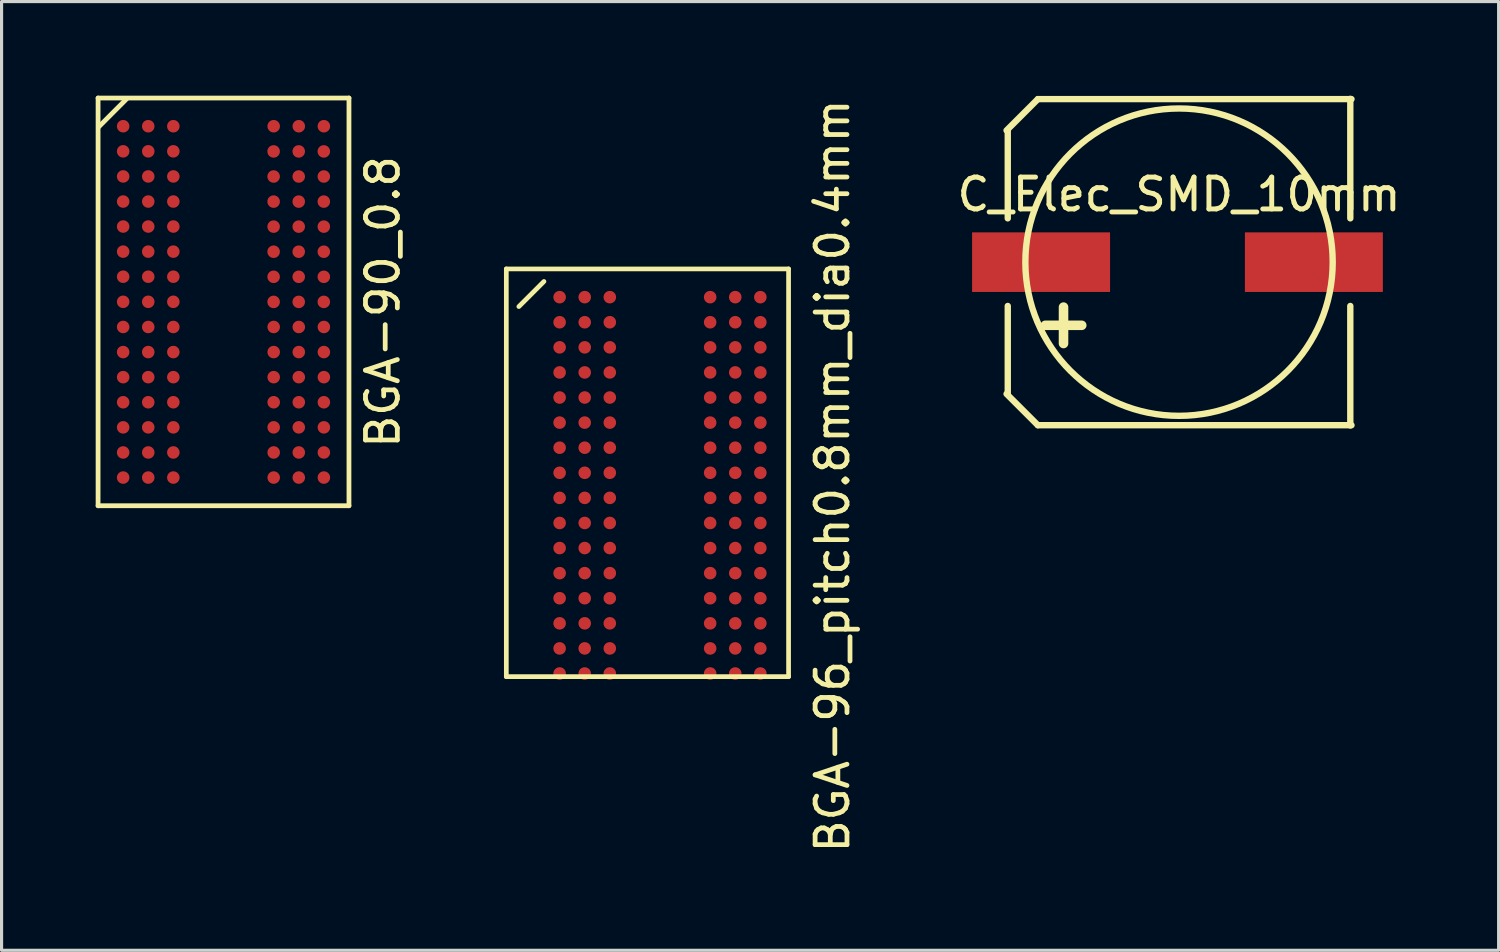
<source format=kicad_pcb>
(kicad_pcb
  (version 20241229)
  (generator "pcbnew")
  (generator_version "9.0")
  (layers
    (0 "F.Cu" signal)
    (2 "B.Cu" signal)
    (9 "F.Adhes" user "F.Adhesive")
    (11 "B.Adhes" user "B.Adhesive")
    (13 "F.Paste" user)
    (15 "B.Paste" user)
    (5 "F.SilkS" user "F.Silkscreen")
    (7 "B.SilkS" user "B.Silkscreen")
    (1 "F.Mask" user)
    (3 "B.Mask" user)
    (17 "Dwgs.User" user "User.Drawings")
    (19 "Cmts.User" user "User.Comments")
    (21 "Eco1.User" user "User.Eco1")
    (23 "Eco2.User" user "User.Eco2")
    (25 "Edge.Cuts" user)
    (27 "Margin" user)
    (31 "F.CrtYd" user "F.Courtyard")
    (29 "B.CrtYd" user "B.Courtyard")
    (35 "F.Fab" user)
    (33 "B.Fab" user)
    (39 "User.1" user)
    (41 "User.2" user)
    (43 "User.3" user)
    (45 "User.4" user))
  (footprint "C_Elec_SMD_10mm"
    (layer "F.Cu")
    (at 34.544 5.309)
    (property "Reference" "C_Elec_SMD_10mm" (at 0 -2.159 0) (layer "F.SilkS") (effects (font (size 1.016 1.001) (thickness 0.157))))
    (attr smd)
    (fp_line (start -5.499 4.201) (end -4.501 5.199) (stroke (width 0.203) (type solid)) (layer "F.SilkS"))
    (fp_line (start -5.461 -4.191) (end -5.461 -1.397) (stroke (width 0.203) (type solid)) (layer "F.SilkS"))
    (fp_line (start -5.461 4.191) (end -5.461 1.397) (stroke (width 0.203) (type solid)) (layer "F.SilkS"))
    (fp_line (start -4.501 -5.199) (end -5.499 -4.201) (stroke (width 0.203) (type solid)) (layer "F.SilkS"))
    (fp_line (start -4.501 5.199) (end 5.499 5.199) (stroke (width 0.203) (type solid)) (layer "F.SilkS"))
    (fp_line (start 5.461 -5.207) (end 5.461 -1.397) (stroke (width 0.203) (type solid)) (layer "F.SilkS"))
    (fp_line (start 5.461 5.207) (end 5.461 1.397) (stroke (width 0.203) (type solid)) (layer "F.SilkS"))
    (fp_line (start 5.499 -5.199) (end -4.501 -5.199) (stroke (width 0.203) (type solid)) (layer "F.SilkS"))
    (fp_circle (center 0 0) (end 4.9 0) (stroke (width 0.203) (type solid)) (fill no) (layer "F.SilkS"))
    (fp_text user "+" (at -3.683 1.905 0) (layer "F.SilkS") (effects (font (size 1.524 1.524) (thickness 0.305))))
    (pad "1" smd rect (at -4.399 0) (size 4.399 1.9) (layers "F.Cu" "F.Mask" "F.Paste"))
    (pad "2" smd rect (at 4.3 0) (size 4.399 1.9) (layers "F.Cu" "F.Mask" "F.Paste")))
  (footprint "BGA-96_pitch0.8mm_dia0.4mm"
    (layer "F.Cu")
    (at 17.594 12.025)
    (property "Reference" "BGA-96_pitch0.8mm_dia0.4mm" (at 5.9 0.1 90) (layer "F.SilkS") (effects (font (size 1.016 1.016) (thickness 0.152))))
    (attr smd)
    (fp_line (start -4.5 -6.5) (end 4.5 -6.5) (stroke (width 0.15) (type solid)) (layer "F.SilkS"))
    (fp_line (start -4.5 6.5) (end -4.5 -6.5) (stroke (width 0.15) (type solid)) (layer "F.SilkS"))
    (fp_line (start -4.1 -5.3) (end -3.3 -6.1) (stroke (width 0.15) (type solid)) (layer "F.SilkS"))
    (fp_line (start 4.5 -6.5) (end 4.5 6.5) (stroke (width 0.15) (type solid)) (layer "F.SilkS"))
    (fp_line (start 4.5 6.5) (end -4.5 6.5) (stroke (width 0.15) (type solid)) (layer "F.SilkS"))
    (pad "A1" smd circle (at -2.8 -5.6) (size 0.4 0.4) (layers "F.Cu" "F.Mask" "F.Paste"))
    (pad "A2" smd circle (at -2 -5.6) (size 0.4 0.4) (layers "F.Cu" "F.Mask" "F.Paste"))
    (pad "A3" smd circle (at -1.2 -5.6) (size 0.4 0.4) (layers "F.Cu" "F.Mask" "F.Paste"))
    (pad "A7" smd circle (at 2 -5.6) (size 0.4 0.4) (layers "F.Cu" "F.Mask" "F.Paste"))
    (pad "A8" smd circle (at 2.8 -5.6) (size 0.4 0.4) (layers "F.Cu" "F.Mask" "F.Paste"))
    (pad "A9" smd circle (at 3.6 -5.6) (size 0.4 0.4) (layers "F.Cu" "F.Mask" "F.Paste"))
    (pad "B1" smd circle (at -2.8 -4.8) (size 0.4 0.4) (layers "F.Cu" "F.Mask" "F.Paste"))
    (pad "B2" smd circle (at -2 -4.8) (size 0.4 0.4) (layers "F.Cu" "F.Mask" "F.Paste"))
    (pad "B3" smd circle (at -1.2 -4.8) (size 0.4 0.4) (layers "F.Cu" "F.Mask" "F.Paste"))
    (pad "B7" smd circle (at 2 -4.8) (size 0.4 0.4) (layers "F.Cu" "F.Mask" "F.Paste"))
    (pad "B8" smd circle (at 2.8 -4.8) (size 0.4 0.4) (layers "F.Cu" "F.Mask" "F.Paste"))
    (pad "B9" smd circle (at 3.6 -4.8) (size 0.4 0.4) (layers "F.Cu" "F.Mask" "F.Paste"))
    (pad "C1" smd circle (at -2.8 -4) (size 0.4 0.4) (layers "F.Cu" "F.Mask" "F.Paste"))
    (pad "C2" smd circle (at -2 -4) (size 0.4 0.4) (layers "F.Cu" "F.Mask" "F.Paste"))
    (pad "C3" smd circle (at -1.2 -4) (size 0.4 0.4) (layers "F.Cu" "F.Mask" "F.Paste"))
    (pad "C7" smd circle (at 2 -4) (size 0.4 0.4) (layers "F.Cu" "F.Mask" "F.Paste"))
    (pad "C8" smd circle (at 2.8 -4) (size 0.4 0.4) (layers "F.Cu" "F.Mask" "F.Paste"))
    (pad "C9" smd circle (at 3.6 -4) (size 0.4 0.4) (layers "F.Cu" "F.Mask" "F.Paste"))
    (pad "D1" smd circle (at -2.8 -3.2) (size 0.4 0.4) (layers "F.Cu" "F.Mask" "F.Paste"))
    (pad "D2" smd circle (at -2 -3.2) (size 0.4 0.4) (layers "F.Cu" "F.Mask" "F.Paste"))
    (pad "D3" smd circle (at -1.2 -3.2) (size 0.4 0.4) (layers "F.Cu" "F.Mask" "F.Paste"))
    (pad "D7" smd circle (at 2 -3.2) (size 0.4 0.4) (layers "F.Cu" "F.Mask" "F.Paste"))
    (pad "D8" smd circle (at 2.8 -3.2) (size 0.4 0.4) (layers "F.Cu" "F.Mask" "F.Paste"))
    (pad "D9" smd circle (at 3.6 -3.2) (size 0.4 0.4) (layers "F.Cu" "F.Mask" "F.Paste"))
    (pad "E1" smd circle (at -2.8 -2.4) (size 0.4 0.4) (layers "F.Cu" "F.Mask" "F.Paste"))
    (pad "E2" smd circle (at -2 -2.4) (size 0.4 0.4) (layers "F.Cu" "F.Mask" "F.Paste"))
    (pad "E3" smd circle (at -1.2 -2.4) (size 0.4 0.4) (layers "F.Cu" "F.Mask" "F.Paste"))
    (pad "E7" smd circle (at 2 -2.4) (size 0.4 0.4) (layers "F.Cu" "F.Mask" "F.Paste"))
    (pad "E8" smd circle (at 2.8 -2.4) (size 0.4 0.4) (layers "F.Cu" "F.Mask" "F.Paste"))
    (pad "E9" smd circle (at 3.6 -2.4) (size 0.4 0.4) (layers "F.Cu" "F.Mask" "F.Paste"))
    (pad "F1" smd circle (at -2.8 -1.6) (size 0.4 0.4) (layers "F.Cu" "F.Mask" "F.Paste"))
    (pad "F2" smd circle (at -2 -1.6) (size 0.4 0.4) (layers "F.Cu" "F.Mask" "F.Paste"))
    (pad "F3" smd circle (at -1.2 -1.6) (size 0.4 0.4) (layers "F.Cu" "F.Mask" "F.Paste"))
    (pad "F7" smd circle (at 2 -1.6) (size 0.4 0.4) (layers "F.Cu" "F.Mask" "F.Paste"))
    (pad "F8" smd circle (at 2.8 -1.6) (size 0.4 0.4) (layers "F.Cu" "F.Mask" "F.Paste"))
    (pad "F9" smd circle (at 3.6 -1.6) (size 0.4 0.4) (layers "F.Cu" "F.Mask" "F.Paste"))
    (pad "G1" smd circle (at -2.8 -0.8) (size 0.4 0.4) (layers "F.Cu" "F.Mask" "F.Paste"))
    (pad "G2" smd circle (at -2 -0.8) (size 0.4 0.4) (layers "F.Cu" "F.Mask" "F.Paste"))
    (pad "G3" smd circle (at -1.2 -0.8) (size 0.4 0.4) (layers "F.Cu" "F.Mask" "F.Paste"))
    (pad "G7" smd circle (at 2 -0.8) (size 0.4 0.4) (layers "F.Cu" "F.Mask" "F.Paste"))
    (pad "G8" smd circle (at 2.8 -0.8) (size 0.4 0.4) (layers "F.Cu" "F.Mask" "F.Paste"))
    (pad "G9" smd circle (at 3.6 -0.8) (size 0.4 0.4) (layers "F.Cu" "F.Mask" "F.Paste"))
    (pad "H1" smd circle (at -2.8 0) (size 0.4 0.4) (layers "F.Cu" "F.Mask" "F.Paste"))
    (pad "H2" smd circle (at -2 0) (size 0.4 0.4) (layers "F.Cu" "F.Mask" "F.Paste"))
    (pad "H3" smd circle (at -1.2 0) (size 0.4 0.4) (layers "F.Cu" "F.Mask" "F.Paste"))
    (pad "H7" smd circle (at 2 0) (size 0.4 0.4) (layers "F.Cu" "F.Mask" "F.Paste"))
    (pad "H8" smd circle (at 2.8 0) (size 0.4 0.4) (layers "F.Cu" "F.Mask" "F.Paste"))
    (pad "H9" smd circle (at 3.6 0) (size 0.4 0.4) (layers "F.Cu" "F.Mask" "F.Paste"))
    (pad "J1" smd circle (at -2.8 0.8) (size 0.4 0.4) (layers "F.Cu" "F.Mask" "F.Paste"))
    (pad "J2" smd circle (at -2 0.8) (size 0.4 0.4) (layers "F.Cu" "F.Mask" "F.Paste"))
    (pad "J3" smd circle (at -1.2 0.8) (size 0.4 0.4) (layers "F.Cu" "F.Mask" "F.Paste"))
    (pad "J7" smd circle (at 2 0.8) (size 0.4 0.4) (layers "F.Cu" "F.Mask" "F.Paste"))
    (pad "J8" smd circle (at 2.8 0.8) (size 0.4 0.4) (layers "F.Cu" "F.Mask" "F.Paste"))
    (pad "J9" smd circle (at 3.6 0.8) (size 0.4 0.4) (layers "F.Cu" "F.Mask" "F.Paste"))
    (pad "K1" smd circle (at -2.8 1.6) (size 0.4 0.4) (layers "F.Cu" "F.Mask" "F.Paste"))
    (pad "K2" smd circle (at -2 1.6) (size 0.4 0.4) (layers "F.Cu" "F.Mask" "F.Paste"))
    (pad "K3" smd circle (at -1.2 1.6) (size 0.4 0.4) (layers "F.Cu" "F.Mask" "F.Paste"))
    (pad "K7" smd circle (at 2 1.6) (size 0.4 0.4) (layers "F.Cu" "F.Mask" "F.Paste"))
    (pad "K8" smd circle (at 2.8 1.6) (size 0.4 0.4) (layers "F.Cu" "F.Mask" "F.Paste"))
    (pad "K9" smd circle (at 3.6 1.6) (size 0.4 0.4) (layers "F.Cu" "F.Mask" "F.Paste"))
    (pad "L1" smd circle (at -2.8 2.4) (size 0.4 0.4) (layers "F.Cu" "F.Mask" "F.Paste"))
    (pad "L2" smd circle (at -2 2.4) (size 0.4 0.4) (layers "F.Cu" "F.Mask" "F.Paste"))
    (pad "L3" smd circle (at -1.2 2.4) (size 0.4 0.4) (layers "F.Cu" "F.Mask" "F.Paste"))
    (pad "L7" smd circle (at 2 2.4) (size 0.4 0.4) (layers "F.Cu" "F.Mask" "F.Paste"))
    (pad "L8" smd circle (at 2.8 2.4) (size 0.4 0.4) (layers "F.Cu" "F.Mask" "F.Paste"))
    (pad "L9" smd circle (at 3.6 2.4) (size 0.4 0.4) (layers "F.Cu" "F.Mask" "F.Paste"))
    (pad "M1" smd circle (at -2.8 3.2) (size 0.4 0.4) (layers "F.Cu" "F.Mask" "F.Paste"))
    (pad "M2" smd circle (at -2 3.2) (size 0.4 0.4) (layers "F.Cu" "F.Mask" "F.Paste"))
    (pad "M3" smd circle (at -1.2 3.2) (size 0.4 0.4) (layers "F.Cu" "F.Mask" "F.Paste"))
    (pad "M7" smd circle (at 2 3.2) (size 0.4 0.4) (layers "F.Cu" "F.Mask" "F.Paste"))
    (pad "M8" smd circle (at 2.8 3.2) (size 0.4 0.4) (layers "F.Cu" "F.Mask" "F.Paste"))
    (pad "M9" smd circle (at 3.6 3.2) (size 0.4 0.4) (layers "F.Cu" "F.Mask" "F.Paste"))
    (pad "N1" smd circle (at -2.8 4) (size 0.4 0.4) (layers "F.Cu" "F.Mask" "F.Paste"))
    (pad "N2" smd circle (at -2 4) (size 0.4 0.4) (layers "F.Cu" "F.Mask" "F.Paste"))
    (pad "N3" smd circle (at -1.2 4) (size 0.4 0.4) (layers "F.Cu" "F.Mask" "F.Paste"))
    (pad "N7" smd circle (at 2 4) (size 0.4 0.4) (layers "F.Cu" "F.Mask" "F.Paste"))
    (pad "N8" smd circle (at 2.8 4) (size 0.4 0.4) (layers "F.Cu" "F.Mask" "F.Paste"))
    (pad "N9" smd circle (at 3.6 4) (size 0.4 0.4) (layers "F.Cu" "F.Mask" "F.Paste"))
    (pad "P1" smd circle (at -2.8 4.8) (size 0.4 0.4) (layers "F.Cu" "F.Mask" "F.Paste"))
    (pad "P2" smd circle (at -2 4.8) (size 0.4 0.4) (layers "F.Cu" "F.Mask" "F.Paste"))
    (pad "P3" smd circle (at -1.2 4.8) (size 0.4 0.4) (layers "F.Cu" "F.Mask" "F.Paste"))
    (pad "P7" smd circle (at 2 4.8) (size 0.4 0.4) (layers "F.Cu" "F.Mask" "F.Paste"))
    (pad "P8" smd circle (at 2.8 4.8) (size 0.4 0.4) (layers "F.Cu" "F.Mask" "F.Paste"))
    (pad "P9" smd circle (at 3.6 4.8) (size 0.4 0.4) (layers "F.Cu" "F.Mask" "F.Paste"))
    (pad "R1" smd circle (at -2.8 5.6) (size 0.4 0.4) (layers "F.Cu" "F.Mask" "F.Paste"))
    (pad "R2" smd circle (at -2 5.6) (size 0.4 0.4) (layers "F.Cu" "F.Mask" "F.Paste"))
    (pad "R3" smd circle (at -1.2 5.6) (size 0.4 0.4) (layers "F.Cu" "F.Mask" "F.Paste"))
    (pad "R7" smd circle (at 2 5.6) (size 0.4 0.4) (layers "F.Cu" "F.Mask" "F.Paste"))
    (pad "R8" smd circle (at 2.8 5.6) (size 0.4 0.4) (layers "F.Cu" "F.Mask" "F.Paste"))
    (pad "R9" smd circle (at 3.6 5.6) (size 0.4 0.4) (layers "F.Cu" "F.Mask" "F.Paste"))
    (pad "T1" smd circle (at -2.8 6.4) (size 0.4 0.4) (layers "F.Cu" "F.Mask" "F.Paste"))
    (pad "T2" smd circle (at -2 6.4) (size 0.4 0.4) (layers "F.Cu" "F.Mask" "F.Paste"))
    (pad "T3" smd circle (at -1.2 6.4) (size 0.4 0.4) (layers "F.Cu" "F.Mask" "F.Paste"))
    (pad "T7" smd circle (at 2 6.4) (size 0.4 0.4) (layers "F.Cu" "F.Mask" "F.Paste"))
    (pad "T8" smd circle (at 2.8 6.4) (size 0.4 0.4) (layers "F.Cu" "F.Mask" "F.Paste"))
    (pad "T9" smd circle (at 3.6 6.4) (size 0.4 0.4) (layers "F.Cu" "F.Mask" "F.Paste")))
  (footprint "BGA-90_0.8"
    (layer "F.Cu")
    (at 4.077 6.576)
    (property "Reference" "BGA-90_0.8" (at 5.08 0 90) (layer "F.SilkS") (effects (font (size 1.016 1.016) (thickness 0.152))))
    (attr smd)
    (fp_line (start -4 -6.5) (end 4 -6.5) (stroke (width 0.152) (type solid)) (layer "F.SilkS"))
    (fp_line (start -4 6.5) (end -4 -6.5) (stroke (width 0.152) (type solid)) (layer "F.SilkS"))
    (fp_line (start -3.081 -6.482) (end -3.98 -5.58) (stroke (width 0.152) (type solid)) (layer "F.SilkS"))
    (fp_line (start 4 -6.5) (end 4 6.5) (stroke (width 0.152) (type solid)) (layer "F.SilkS"))
    (fp_line (start 4 6.5) (end -4 6.5) (stroke (width 0.152) (type solid)) (layer "F.SilkS"))
    (pad "A1" smd circle (at -3.2 -5.601) (size 0.399 0.399) (layers "F.Cu" "F.Mask" "F.Paste"))
    (pad "A2" smd circle (at -2.4 -5.601) (size 0.399 0.399) (layers "F.Cu" "F.Mask" "F.Paste"))
    (pad "A3" smd circle (at -1.6 -5.601) (size 0.399 0.399) (layers "F.Cu" "F.Mask" "F.Paste"))
    (pad "A7" smd circle (at 1.6 -5.601) (size 0.399 0.399) (layers "F.Cu" "F.Mask" "F.Paste"))
    (pad "A8" smd circle (at 2.4 -5.601) (size 0.399 0.399) (layers "F.Cu" "F.Mask" "F.Paste"))
    (pad "A9" smd circle (at 3.2 -5.601) (size 0.399 0.399) (layers "F.Cu" "F.Mask" "F.Paste"))
    (pad "B1" smd circle (at -3.2 -4.801) (size 0.399 0.399) (layers "F.Cu" "F.Mask" "F.Paste"))
    (pad "B2" smd circle (at -2.4 -4.801) (size 0.399 0.399) (layers "F.Cu" "F.Mask" "F.Paste"))
    (pad "B3" smd circle (at -1.6 -4.801) (size 0.399 0.399) (layers "F.Cu" "F.Mask" "F.Paste"))
    (pad "B7" smd circle (at 1.598 -4.798) (size 0.399 0.399) (layers "F.Cu" "F.Mask" "F.Paste"))
    (pad "B8" smd circle (at 2.398 -4.798) (size 0.399 0.399) (layers "F.Cu" "F.Mask" "F.Paste"))
    (pad "B9" smd circle (at 3.198 -4.798) (size 0.399 0.399) (layers "F.Cu" "F.Mask" "F.Paste"))
    (pad "C1" smd circle (at -3.2 -4) (size 0.399 0.399) (layers "F.Cu" "F.Mask" "F.Paste"))
    (pad "C2" smd circle (at -2.4 -4) (size 0.399 0.399) (layers "F.Cu" "F.Mask" "F.Paste"))
    (pad "C3" smd circle (at -1.6 -4) (size 0.399 0.399) (layers "F.Cu" "F.Mask" "F.Paste"))
    (pad "C7" smd circle (at 1.598 -3.998) (size 0.399 0.399) (layers "F.Cu" "F.Mask" "F.Paste"))
    (pad "C8" smd circle (at 2.398 -3.998) (size 0.399 0.399) (layers "F.Cu" "F.Mask" "F.Paste"))
    (pad "C9" smd circle (at 3.198 -3.998) (size 0.399 0.399) (layers "F.Cu" "F.Mask" "F.Paste"))
    (pad "D1" smd circle (at -3.2 -3.2) (size 0.399 0.399) (layers "F.Cu" "F.Mask" "F.Paste"))
    (pad "D2" smd circle (at -2.4 -3.2) (size 0.399 0.399) (layers "F.Cu" "F.Mask" "F.Paste"))
    (pad "D3" smd circle (at -1.6 -3.2) (size 0.399 0.399) (layers "F.Cu" "F.Mask" "F.Paste"))
    (pad "D7" smd circle (at 1.598 -3.198) (size 0.399 0.399) (layers "F.Cu" "F.Mask" "F.Paste"))
    (pad "D8" smd circle (at 2.398 -3.198) (size 0.399 0.399) (layers "F.Cu" "F.Mask" "F.Paste"))
    (pad "D9" smd circle (at 3.198 -3.198) (size 0.399 0.399) (layers "F.Cu" "F.Mask" "F.Paste"))
    (pad "E1" smd circle (at -3.2 -2.403) (size 0.399 0.399) (layers "F.Cu" "F.Mask" "F.Paste"))
    (pad "E2" smd circle (at -2.4 -2.403) (size 0.399 0.399) (layers "F.Cu" "F.Mask" "F.Paste"))
    (pad "E3" smd circle (at -1.6 -2.403) (size 0.399 0.399) (layers "F.Cu" "F.Mask" "F.Paste"))
    (pad "E7" smd circle (at 1.598 -2.4) (size 0.399 0.399) (layers "F.Cu" "F.Mask" "F.Paste"))
    (pad "E8" smd circle (at 2.398 -2.4) (size 0.399 0.399) (layers "F.Cu" "F.Mask" "F.Paste"))
    (pad "E9" smd circle (at 3.198 -2.4) (size 0.399 0.399) (layers "F.Cu" "F.Mask" "F.Paste"))
    (pad "F1" smd circle (at -3.2 -1.603) (size 0.399 0.399) (layers "F.Cu" "F.Mask" "F.Paste"))
    (pad "F2" smd circle (at -2.4 -1.603) (size 0.399 0.399) (layers "F.Cu" "F.Mask" "F.Paste"))
    (pad "F3" smd circle (at -1.6 -1.603) (size 0.399 0.399) (layers "F.Cu" "F.Mask" "F.Paste"))
    (pad "F7" smd circle (at 1.598 -1.6) (size 0.399 0.399) (layers "F.Cu" "F.Mask" "F.Paste"))
    (pad "F8" smd circle (at 2.398 -1.6) (size 0.399 0.399) (layers "F.Cu" "F.Mask" "F.Paste"))
    (pad "F9" smd circle (at 3.198 -1.6) (size 0.399 0.399) (layers "F.Cu" "F.Mask" "F.Paste"))
    (pad "G1" smd circle (at -3.2 -0.803) (size 0.399 0.399) (layers "F.Cu" "F.Mask" "F.Paste"))
    (pad "G2" smd circle (at -2.4 -0.803) (size 0.399 0.399) (layers "F.Cu" "F.Mask" "F.Paste"))
    (pad "G3" smd circle (at -1.6 -0.803) (size 0.399 0.399) (layers "F.Cu" "F.Mask" "F.Paste"))
    (pad "G7" smd circle (at 1.598 -0.8) (size 0.399 0.399) (layers "F.Cu" "F.Mask" "F.Paste"))
    (pad "G8" smd circle (at 2.398 -0.8) (size 0.399 0.399) (layers "F.Cu" "F.Mask" "F.Paste"))
    (pad "G9" smd circle (at 3.198 -0.8) (size 0.399 0.399) (layers "F.Cu" "F.Mask" "F.Paste"))
    (pad "H1" smd circle (at -3.2 -0.003) (size 0.399 0.399) (layers "F.Cu" "F.Mask" "F.Paste"))
    (pad "H2" smd circle (at -2.4 -0.003) (size 0.399 0.399) (layers "F.Cu" "F.Mask" "F.Paste"))
    (pad "H3" smd circle (at -1.6 -0.003) (size 0.399 0.399) (layers "F.Cu" "F.Mask" "F.Paste"))
    (pad "H7" smd circle (at 1.598 0) (size 0.399 0.399) (layers "F.Cu" "F.Mask" "F.Paste"))
    (pad "H8" smd circle (at 2.398 0) (size 0.399 0.399) (layers "F.Cu" "F.Mask" "F.Paste"))
    (pad "H9" smd circle (at 3.198 0) (size 0.399 0.399) (layers "F.Cu" "F.Mask" "F.Paste"))
    (pad "J1" smd circle (at -3.2 0.8) (size 0.399 0.399) (layers "F.Cu" "F.Mask" "F.Paste"))
    (pad "J2" smd circle (at -2.4 0.8) (size 0.399 0.399) (layers "F.Cu" "F.Mask" "F.Paste"))
    (pad "J3" smd circle (at -1.6 0.8) (size 0.399 0.399) (layers "F.Cu" "F.Mask" "F.Paste"))
    (pad "J7" smd circle (at 1.6 0.8) (size 0.399 0.399) (layers "F.Cu" "F.Mask" "F.Paste"))
    (pad "J8" smd circle (at 2.4 0.8) (size 0.399 0.399) (layers "F.Cu" "F.Mask" "F.Paste"))
    (pad "J9" smd circle (at 3.2 0.8) (size 0.399 0.399) (layers "F.Cu" "F.Mask" "F.Paste"))
    (pad "K1" smd circle (at -3.2 1.6) (size 0.399 0.399) (layers "F.Cu" "F.Mask" "F.Paste"))
    (pad "K2" smd circle (at -2.4 1.6) (size 0.399 0.399) (layers "F.Cu" "F.Mask" "F.Paste"))
    (pad "K3" smd circle (at -1.6 1.6) (size 0.399 0.399) (layers "F.Cu" "F.Mask" "F.Paste"))
    (pad "K7" smd circle (at 1.6 1.6) (size 0.399 0.399) (layers "F.Cu" "F.Mask" "F.Paste"))
    (pad "K8" smd circle (at 2.4 1.6) (size 0.399 0.399) (layers "F.Cu" "F.Mask" "F.Paste"))
    (pad "K9" smd circle (at 3.2 1.6) (size 0.399 0.399) (layers "F.Cu" "F.Mask" "F.Paste"))
    (pad "L1" smd circle (at -3.2 2.4) (size 0.399 0.399) (layers "F.Cu" "F.Mask" "F.Paste"))
    (pad "L2" smd circle (at -2.4 2.4) (size 0.399 0.399) (layers "F.Cu" "F.Mask" "F.Paste"))
    (pad "L3" smd circle (at -1.6 2.4) (size 0.399 0.399) (layers "F.Cu" "F.Mask" "F.Paste"))
    (pad "L7" smd circle (at 1.6 2.4) (size 0.399 0.399) (layers "F.Cu" "F.Mask" "F.Paste"))
    (pad "L8" smd circle (at 2.4 2.4) (size 0.399 0.399) (layers "F.Cu" "F.Mask" "F.Paste"))
    (pad "L9" smd circle (at 3.2 2.4) (size 0.399 0.399) (layers "F.Cu" "F.Mask" "F.Paste"))
    (pad "M1" smd circle (at -3.2 3.2) (size 0.399 0.399) (layers "F.Cu" "F.Mask" "F.Paste"))
    (pad "M2" smd circle (at -2.4 3.2) (size 0.399 0.399) (layers "F.Cu" "F.Mask" "F.Paste"))
    (pad "M3" smd circle (at -1.6 3.2) (size 0.399 0.399) (layers "F.Cu" "F.Mask" "F.Paste"))
    (pad "M7" smd circle (at 1.6 3.2) (size 0.399 0.399) (layers "F.Cu" "F.Mask" "F.Paste"))
    (pad "M8" smd circle (at 2.4 3.2) (size 0.399 0.399) (layers "F.Cu" "F.Mask" "F.Paste"))
    (pad "M9" smd circle (at 3.2 3.2) (size 0.399 0.399) (layers "F.Cu" "F.Mask" "F.Paste"))
    (pad "N1" smd circle (at -3.2 4) (size 0.399 0.399) (layers "F.Cu" "F.Mask" "F.Paste"))
    (pad "N2" smd circle (at -2.4 4) (size 0.399 0.399) (layers "F.Cu" "F.Mask" "F.Paste"))
    (pad "N3" smd circle (at -1.6 4) (size 0.399 0.399) (layers "F.Cu" "F.Mask" "F.Paste"))
    (pad "N7" smd circle (at 1.6 4) (size 0.399 0.399) (layers "F.Cu" "F.Mask" "F.Paste"))
    (pad "N8" smd circle (at 2.4 4) (size 0.399 0.399) (layers "F.Cu" "F.Mask" "F.Paste"))
    (pad "N9" smd circle (at 3.2 4) (size 0.399 0.399) (layers "F.Cu" "F.Mask" "F.Paste"))
    (pad "P1" smd circle (at -3.2 4.801) (size 0.399 0.399) (layers "F.Cu" "F.Mask" "F.Paste"))
    (pad "P2" smd circle (at -2.4 4.801) (size 0.399 0.399) (layers "F.Cu" "F.Mask" "F.Paste"))
    (pad "P3" smd circle (at -1.6 4.801) (size 0.399 0.399) (layers "F.Cu" "F.Mask" "F.Paste"))
    (pad "P7" smd circle (at 1.6 4.801) (size 0.399 0.399) (layers "F.Cu" "F.Mask" "F.Paste"))
    (pad "P8" smd circle (at 2.4 4.801) (size 0.399 0.399) (layers "F.Cu" "F.Mask" "F.Paste"))
    (pad "P9" smd circle (at 3.2 4.801) (size 0.399 0.399) (layers "F.Cu" "F.Mask" "F.Paste"))
    (pad "R1" smd circle (at -3.2 5.601) (size 0.399 0.399) (layers "F.Cu" "F.Mask" "F.Paste"))
    (pad "R2" smd circle (at -2.4 5.601) (size 0.399 0.399) (layers "F.Cu" "F.Mask" "F.Paste"))
    (pad "R3" smd circle (at -1.6 5.601) (size 0.399 0.399) (layers "F.Cu" "F.Mask" "F.Paste"))
    (pad "R7" smd circle (at 1.6 5.601) (size 0.399 0.399) (layers "F.Cu" "F.Mask" "F.Paste"))
    (pad "R8" smd circle (at 2.4 5.601) (size 0.399 0.399) (layers "F.Cu" "F.Mask" "F.Paste"))
    (pad "R9" smd circle (at 3.2 5.601) (size 0.399 0.399) (layers "F.Cu" "F.Mask" "F.Paste")))
  (gr_rect
    (start -3 -3)
    (end 44.734 27.251)
    (stroke (width 0.1) (type default))
    (fill no)
    (layer "Edge.Cuts")))
</source>
